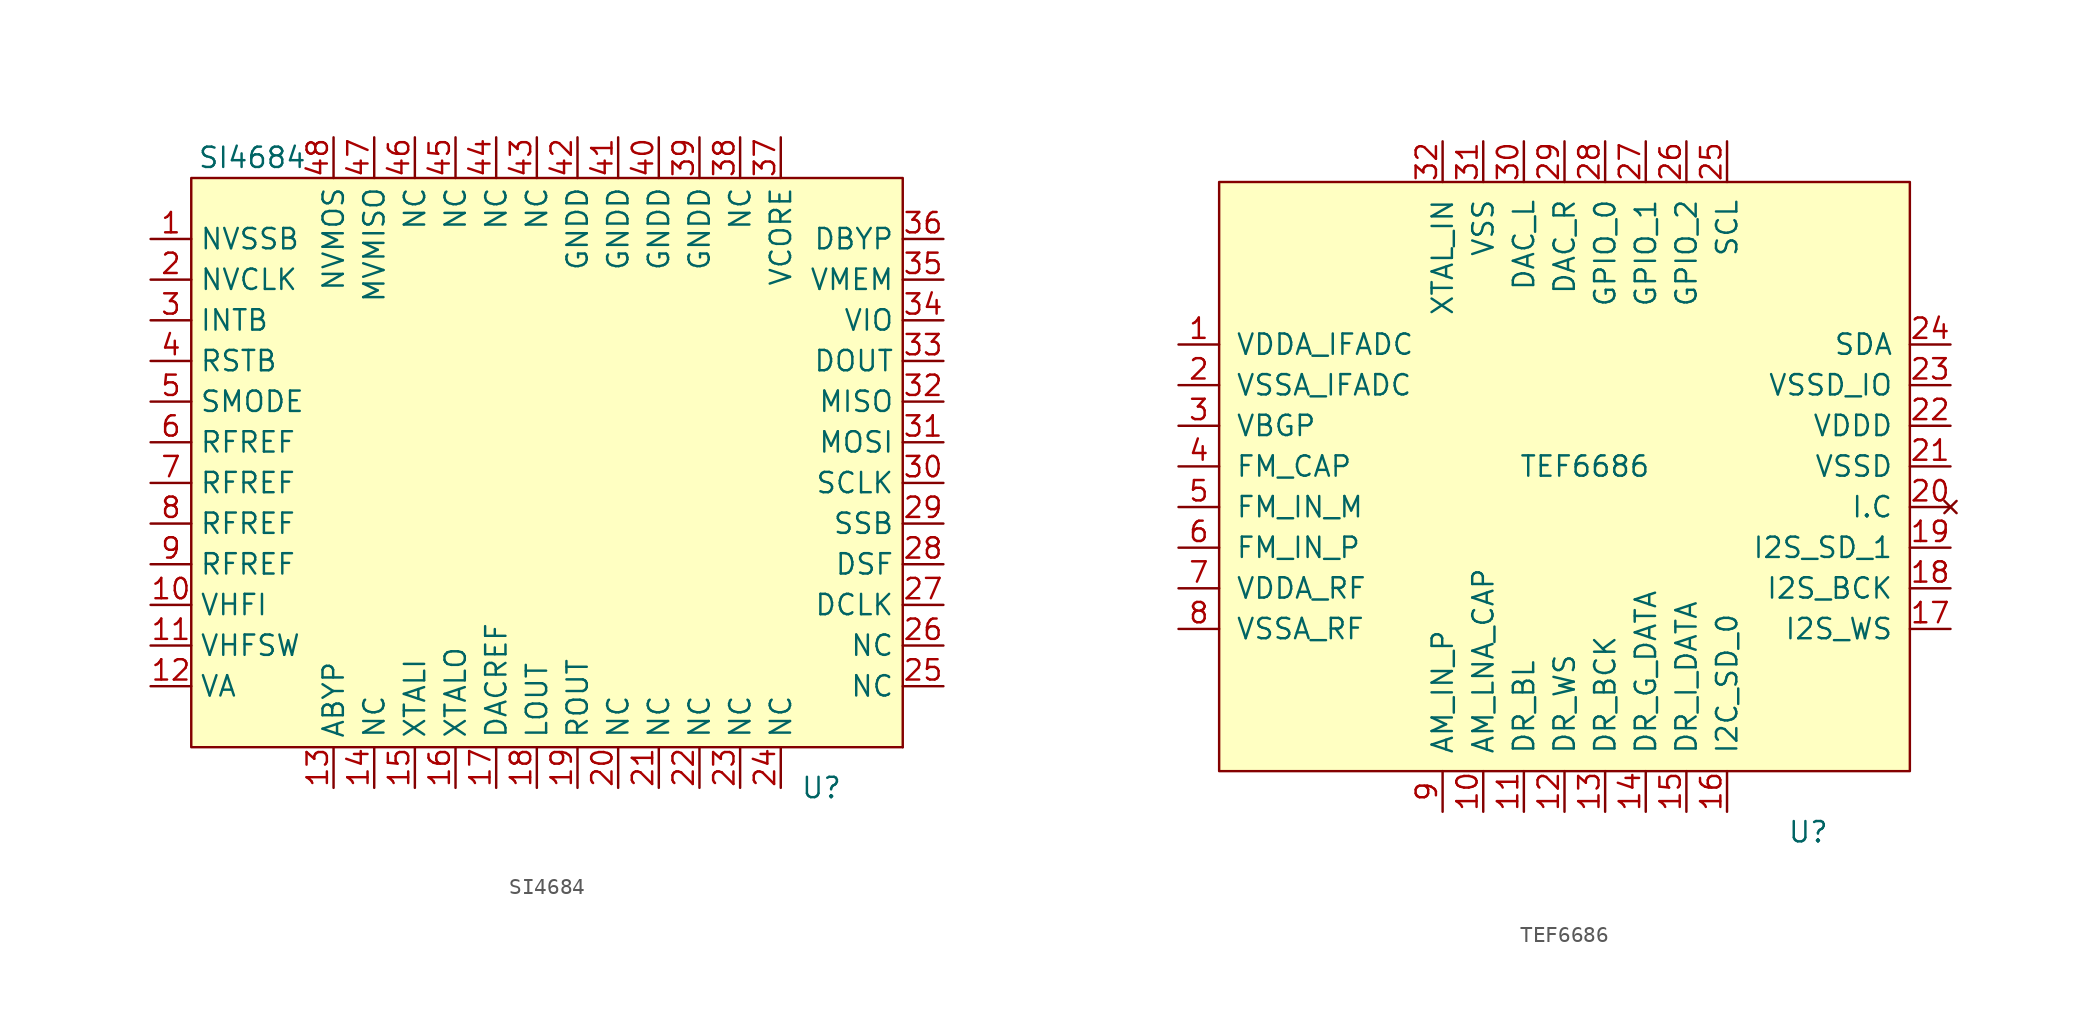
<source format=kicad_sym>
(kicad_symbol_lib
  (version 20220914)
  (generator kicad_symbol_editor)
  (symbol "SI4684"
    (property "Reference" "U"
      (at 17.78 -21.59 0)
      (effects (font (size 1.27 1.27))))
    (property "Value" "SI4684"
      (at -17.78 17.78 0)
      (effects (font (size 1.27 1.27))))
    (symbol "SI4684_0_1"
      (rectangle (start 22.86 -19.05) (end 22.86 -19.05) (stroke (width 0) (type default)) (fill (type none))))
    (symbol "SI4684_1_1"
      (rectangle (start -21.59 16.51) (end 22.86 -19.05) (stroke (width 0) (type default)) (fill (type background)))
      (pin input line (at -24.13 12.7 0) (length 2.54) (name "NVSSB" (effects (font (size 1.27 1.27)))) (number "1" (effects (font (size 1.27 1.27)))))
      (pin input line (at -24.13 -10.16 0) (length 2.54) (name "VHFI" (effects (font (size 1.27 1.27)))) (number "10" (effects (font (size 1.27 1.27)))))
      (pin input line (at -24.13 -12.7 0) (length 2.54) (name "VHFSW" (effects (font (size 1.27 1.27)))) (number "11" (effects (font (size 1.27 1.27)))))
      (pin input line (at -24.13 -15.24 0) (length 2.54) (name "VA" (effects (font (size 1.27 1.27)))) (number "12" (effects (font (size 1.27 1.27)))))
      (pin input line (at -12.7 -21.59 90) (length 2.54) (name "ABYP" (effects (font (size 1.27 1.27)))) (number "13" (effects (font (size 1.27 1.27)))))
      (pin input line (at -10.16 -21.59 90) (length 2.54) (name "NC" (effects (font (size 1.27 1.27)))) (number "14" (effects (font (size 1.27 1.27)))))
      (pin input line (at -7.62 -21.59 90) (length 2.54) (name "XTALI" (effects (font (size 1.27 1.27)))) (number "15" (effects (font (size 1.27 1.27)))))
      (pin input line (at -5.08 -21.59 90) (length 2.54) (name "XTALO" (effects (font (size 1.27 1.27)))) (number "16" (effects (font (size 1.27 1.27)))))
      (pin input line (at -2.54 -21.59 90) (length 2.54) (name "DACREF" (effects (font (size 1.27 1.27)))) (number "17" (effects (font (size 1.27 1.27)))))
      (pin input line (at 0 -21.59 90) (length 2.54) (name "LOUT" (effects (font (size 1.27 1.27)))) (number "18" (effects (font (size 1.27 1.27)))))
      (pin input line (at 2.54 -21.59 90) (length 2.54) (name "ROUT" (effects (font (size 1.27 1.27)))) (number "19" (effects (font (size 1.27 1.27)))))
      (pin input line (at -24.13 10.16 0) (length 2.54) (name "NVCLK" (effects (font (size 1.27 1.27)))) (number "2" (effects (font (size 1.27 1.27)))))
      (pin input line (at 5.08 -21.59 90) (length 2.54) (name "NC" (effects (font (size 1.27 1.27)))) (number "20" (effects (font (size 1.27 1.27)))))
      (pin input line (at 7.62 -21.59 90) (length 2.54) (name "NC" (effects (font (size 1.27 1.27)))) (number "21" (effects (font (size 1.27 1.27)))))
      (pin input line (at 10.16 -21.59 90) (length 2.54) (name "NC" (effects (font (size 1.27 1.27)))) (number "22" (effects (font (size 1.27 1.27)))))
      (pin input line (at 12.7 -21.59 90) (length 2.54) (name "NC" (effects (font (size 1.27 1.27)))) (number "23" (effects (font (size 1.27 1.27)))))
      (pin input line (at 15.24 -21.59 90) (length 2.54) (name "NC" (effects (font (size 1.27 1.27)))) (number "24" (effects (font (size 1.27 1.27)))))
      (pin input line (at 25.4 -15.24 180) (length 2.54) (name "NC" (effects (font (size 1.27 1.27)))) (number "25" (effects (font (size 1.27 1.27)))))
      (pin input line (at 25.4 -12.7 180) (length 2.54) (name "NC" (effects (font (size 1.27 1.27)))) (number "26" (effects (font (size 1.27 1.27)))))
      (pin input line (at 25.4 -10.16 180) (length 2.54) (name "DCLK" (effects (font (size 1.27 1.27)))) (number "27" (effects (font (size 1.27 1.27)))))
      (pin input line (at 25.4 -7.62 180) (length 2.54) (name "DSF" (effects (font (size 1.27 1.27)))) (number "28" (effects (font (size 1.27 1.27)))))
      (pin input line (at 25.4 -5.08 180) (length 2.54) (name "SSB" (effects (font (size 1.27 1.27)))) (number "29" (effects (font (size 1.27 1.27)))))
      (pin input line (at -24.13 7.62 0) (length 2.54) (name "INTB" (effects (font (size 1.27 1.27)))) (number "3" (effects (font (size 1.27 1.27)))))
      (pin input line (at 25.4 -2.54 180) (length 2.54) (name "SCLK" (effects (font (size 1.27 1.27)))) (number "30" (effects (font (size 1.27 1.27)))))
      (pin input line (at 25.4 0 180) (length 2.54) (name "MOSI" (effects (font (size 1.27 1.27)))) (number "31" (effects (font (size 1.27 1.27)))))
      (pin input line (at 25.4 2.54 180) (length 2.54) (name "MISO" (effects (font (size 1.27 1.27)))) (number "32" (effects (font (size 1.27 1.27)))))
      (pin input line (at 25.4 5.08 180) (length 2.54) (name "DOUT" (effects (font (size 1.27 1.27)))) (number "33" (effects (font (size 1.27 1.27)))))
      (pin input line (at 25.4 7.62 180) (length 2.54) (name "VIO" (effects (font (size 1.27 1.27)))) (number "34" (effects (font (size 1.27 1.27)))))
      (pin input line (at 25.4 10.16 180) (length 2.54) (name "VMEM" (effects (font (size 1.27 1.27)))) (number "35" (effects (font (size 1.27 1.27)))))
      (pin input line (at 25.4 12.7 180) (length 2.54) (name "DBYP" (effects (font (size 1.27 1.27)))) (number "36" (effects (font (size 1.27 1.27)))))
      (pin input line (at 15.24 19.05 270) (length 2.54) (name "VCORE" (effects (font (size 1.27 1.27)))) (number "37" (effects (font (size 1.27 1.27)))))
      (pin input line (at 12.7 19.05 270) (length 2.54) (name "NC" (effects (font (size 1.27 1.27)))) (number "38" (effects (font (size 1.27 1.27)))))
      (pin input line (at 10.16 19.05 270) (length 2.54) (name "GNDD" (effects (font (size 1.27 1.27)))) (number "39" (effects (font (size 1.27 1.27)))))
      (pin input line (at -24.13 5.08 0) (length 2.54) (name "RSTB" (effects (font (size 1.27 1.27)))) (number "4" (effects (font (size 1.27 1.27)))))
      (pin input line (at 7.62 19.05 270) (length 2.54) (name "GNDD" (effects (font (size 1.27 1.27)))) (number "40" (effects (font (size 1.27 1.27)))))
      (pin input line (at 5.08 19.05 270) (length 2.54) (name "GNDD" (effects (font (size 1.27 1.27)))) (number "41" (effects (font (size 1.27 1.27)))))
      (pin input line (at 2.54 19.05 270) (length 2.54) (name "GNDD" (effects (font (size 1.27 1.27)))) (number "42" (effects (font (size 1.27 1.27)))))
      (pin input line (at 0 19.05 270) (length 2.54) (name "NC" (effects (font (size 1.27 1.27)))) (number "43" (effects (font (size 1.27 1.27)))))
      (pin input line (at -2.54 19.05 270) (length 2.54) (name "NC" (effects (font (size 1.27 1.27)))) (number "44" (effects (font (size 1.27 1.27)))))
      (pin input line (at -5.08 19.05 270) (length 2.54) (name "NC" (effects (font (size 1.27 1.27)))) (number "45" (effects (font (size 1.27 1.27)))))
      (pin input line (at -7.62 19.05 270) (length 2.54) (name "NC" (effects (font (size 1.27 1.27)))) (number "46" (effects (font (size 1.27 1.27)))))
      (pin input line (at -10.16 19.05 270) (length 2.54) (name "MVMISO" (effects (font (size 1.27 1.27)))) (number "47" (effects (font (size 1.27 1.27)))))
      (pin input line (at -12.7 19.05 270) (length 2.54) (name "NVMOS" (effects (font (size 1.27 1.27)))) (number "48" (effects (font (size 1.27 1.27)))))
      (pin input line (at 2.54 19.05 270) (length 2.54) hide (name "GND" (effects (font (size 1.27 1.27)))) (number "49" (effects (font (size 1.27 1.27)))))
      (pin input line (at -24.13 2.54 0) (length 2.54) (name "SMODE" (effects (font (size 1.27 1.27)))) (number "5" (effects (font (size 1.27 1.27)))))
      (pin input line (at -24.13 0 0) (length 2.54) (name "RFREF" (effects (font (size 1.27 1.27)))) (number "6" (effects (font (size 1.27 1.27)))))
      (pin input line (at -24.13 -2.54 0) (length 2.54) (name "RFREF" (effects (font (size 1.27 1.27)))) (number "7" (effects (font (size 1.27 1.27)))))
      (pin input line (at -24.13 -5.08 0) (length 2.54) (name "RFREF" (effects (font (size 1.27 1.27)))) (number "8" (effects (font (size 1.27 1.27)))))
      (pin input line (at -24.13 -7.62 0) (length 2.54) (name "RFREF" (effects (font (size 1.27 1.27)))) (number "9" (effects (font (size 1.27 1.27)))))))
  (symbol "TEF6686"
    (pin_names
      (offset 1.016))
    (property "Reference" "U"
      (at 12.7 1.27 0)
      (effects (font (size 1.27 1.27))))
    (property "Value" "TEF6686"
      (at -1.27 24.13 0)
      (effects (font (size 1.27 1.27))))
    (symbol "TEF6686_0_1"
      (rectangle (start -24.13 41.91) (end 19.05 5.08) (stroke (width 0) (type solid)) (fill (type background))))
    (symbol "TEF6686_1_1"
      (pin power_in line (at -26.67 31.75 0) (length 2.54) (name "VDDA_IFADC" (effects (font (size 1.27 1.27)))) (number "1" (effects (font (size 1.27 1.27)))))
      (pin unspecified line (at -7.62 2.54 90) (length 2.54) (name "AM_LNA_CAP" (effects (font (size 1.27 1.27)))) (number "10" (effects (font (size 1.27 1.27)))))
      (pin unspecified line (at -5.08 2.54 90) (length 2.54) (name "DR_BL" (effects (font (size 1.27 1.27)))) (number "11" (effects (font (size 1.27 1.27)))))
      (pin unspecified line (at -2.54 2.54 90) (length 2.54) (name "DR_WS" (effects (font (size 1.27 1.27)))) (number "12" (effects (font (size 1.27 1.27)))))
      (pin unspecified line (at 0 2.54 90) (length 2.54) (name "DR_BCK" (effects (font (size 1.27 1.27)))) (number "13" (effects (font (size 1.27 1.27)))))
      (pin unspecified line (at 2.54 2.54 90) (length 2.54) (name "DR_G_DATA" (effects (font (size 1.27 1.27)))) (number "14" (effects (font (size 1.27 1.27)))))
      (pin unspecified line (at 5.08 2.54 90) (length 2.54) (name "DR_I_DATA" (effects (font (size 1.27 1.27)))) (number "15" (effects (font (size 1.27 1.27)))))
      (pin unspecified line (at 7.62 2.54 90) (length 2.54) (name "I2C_SD_0" (effects (font (size 1.27 1.27)))) (number "16" (effects (font (size 1.27 1.27)))))
      (pin unspecified line (at 21.59 13.97 180) (length 2.54) (name "I2S_WS" (effects (font (size 1.27 1.27)))) (number "17" (effects (font (size 1.27 1.27)))))
      (pin unspecified line (at 21.59 16.51 180) (length 2.54) (name "I2S_BCK" (effects (font (size 1.27 1.27)))) (number "18" (effects (font (size 1.27 1.27)))))
      (pin unspecified line (at 21.59 19.05 180) (length 2.54) (name "I2S_SD_1" (effects (font (size 1.27 1.27)))) (number "19" (effects (font (size 1.27 1.27)))))
      (pin power_in line (at -26.67 29.21 0) (length 2.54) (name "VSSA_IFADC" (effects (font (size 1.27 1.27)))) (number "2" (effects (font (size 1.27 1.27)))))
      (pin no_connect line (at 21.59 21.59 180) (length 2.54) (name "I.C" (effects (font (size 1.27 1.27)))) (number "20" (effects (font (size 1.27 1.27)))))
      (pin power_in line (at 21.59 24.13 180) (length 2.54) (name "VSSD" (effects (font (size 1.27 1.27)))) (number "21" (effects (font (size 1.27 1.27)))))
      (pin power_in line (at 21.59 26.67 180) (length 2.54) (name "VDDD" (effects (font (size 1.27 1.27)))) (number "22" (effects (font (size 1.27 1.27)))))
      (pin power_in line (at 21.59 29.21 180) (length 2.54) (name "VSSD_IO" (effects (font (size 1.27 1.27)))) (number "23" (effects (font (size 1.27 1.27)))))
      (pin power_in line (at 21.59 31.75 180) (length 2.54) (name "SDA" (effects (font (size 1.27 1.27)))) (number "24" (effects (font (size 1.27 1.27)))))
      (pin power_in line (at 7.62 44.45 270) (length 2.54) (name "SCL" (effects (font (size 1.27 1.27)))) (number "25" (effects (font (size 1.27 1.27)))))
      (pin power_in line (at 5.08 44.45 270) (length 2.54) (name "GPIO_2" (effects (font (size 1.27 1.27)))) (number "26" (effects (font (size 1.27 1.27)))))
      (pin power_in line (at 2.54 44.45 270) (length 2.54) (name "GPIO_1" (effects (font (size 1.27 1.27)))) (number "27" (effects (font (size 1.27 1.27)))))
      (pin power_in line (at 0 44.45 270) (length 2.54) (name "GPIO_0" (effects (font (size 1.27 1.27)))) (number "28" (effects (font (size 1.27 1.27)))))
      (pin power_in line (at -2.54 44.45 270) (length 2.54) (name "DAC_R" (effects (font (size 1.27 1.27)))) (number "29" (effects (font (size 1.27 1.27)))))
      (pin unspecified line (at -26.67 26.67 0) (length 2.54) (name "VBGP" (effects (font (size 1.27 1.27)))) (number "3" (effects (font (size 1.27 1.27)))))
      (pin power_in line (at -5.08 44.45 270) (length 2.54) (name "DAC_L" (effects (font (size 1.27 1.27)))) (number "30" (effects (font (size 1.27 1.27)))))
      (pin power_in line (at -7.62 44.45 270) (length 2.54) (name "VSS" (effects (font (size 1.27 1.27)))) (number "31" (effects (font (size 1.27 1.27)))))
      (pin power_in line (at -10.16 44.45 270) (length 2.54) (name "XTAL_IN" (effects (font (size 1.27 1.27)))) (number "32" (effects (font (size 1.27 1.27)))))
      (pin power_in line (at -7.62 44.45 270) (length 2.54) hide (name "VSS" (effects (font (size 1.27 1.27)))) (number "33" (effects (font (size 1.27 1.27)))))
      (pin unspecified line (at -26.67 24.13 0) (length 2.54) (name "FM_CAP" (effects (font (size 1.27 1.27)))) (number "4" (effects (font (size 1.27 1.27)))))
      (pin unspecified line (at -26.67 21.59 0) (length 2.54) (name "FM_IN_M" (effects (font (size 1.27 1.27)))) (number "5" (effects (font (size 1.27 1.27)))))
      (pin unspecified line (at -26.67 19.05 0) (length 2.54) (name "FM_IN_P" (effects (font (size 1.27 1.27)))) (number "6" (effects (font (size 1.27 1.27)))))
      (pin unspecified line (at -26.67 16.51 0) (length 2.54) (name "VDDA_RF" (effects (font (size 1.27 1.27)))) (number "7" (effects (font (size 1.27 1.27)))))
      (pin unspecified line (at -26.67 13.97 0) (length 2.54) (name "VSSA_RF" (effects (font (size 1.27 1.27)))) (number "8" (effects (font (size 1.27 1.27)))))
      (pin unspecified line (at -10.16 2.54 90) (length 2.54) (name "AM_IN_P" (effects (font (size 1.27 1.27)))) (number "9" (effects (font (size 1.27 1.27))))))))
</source>
